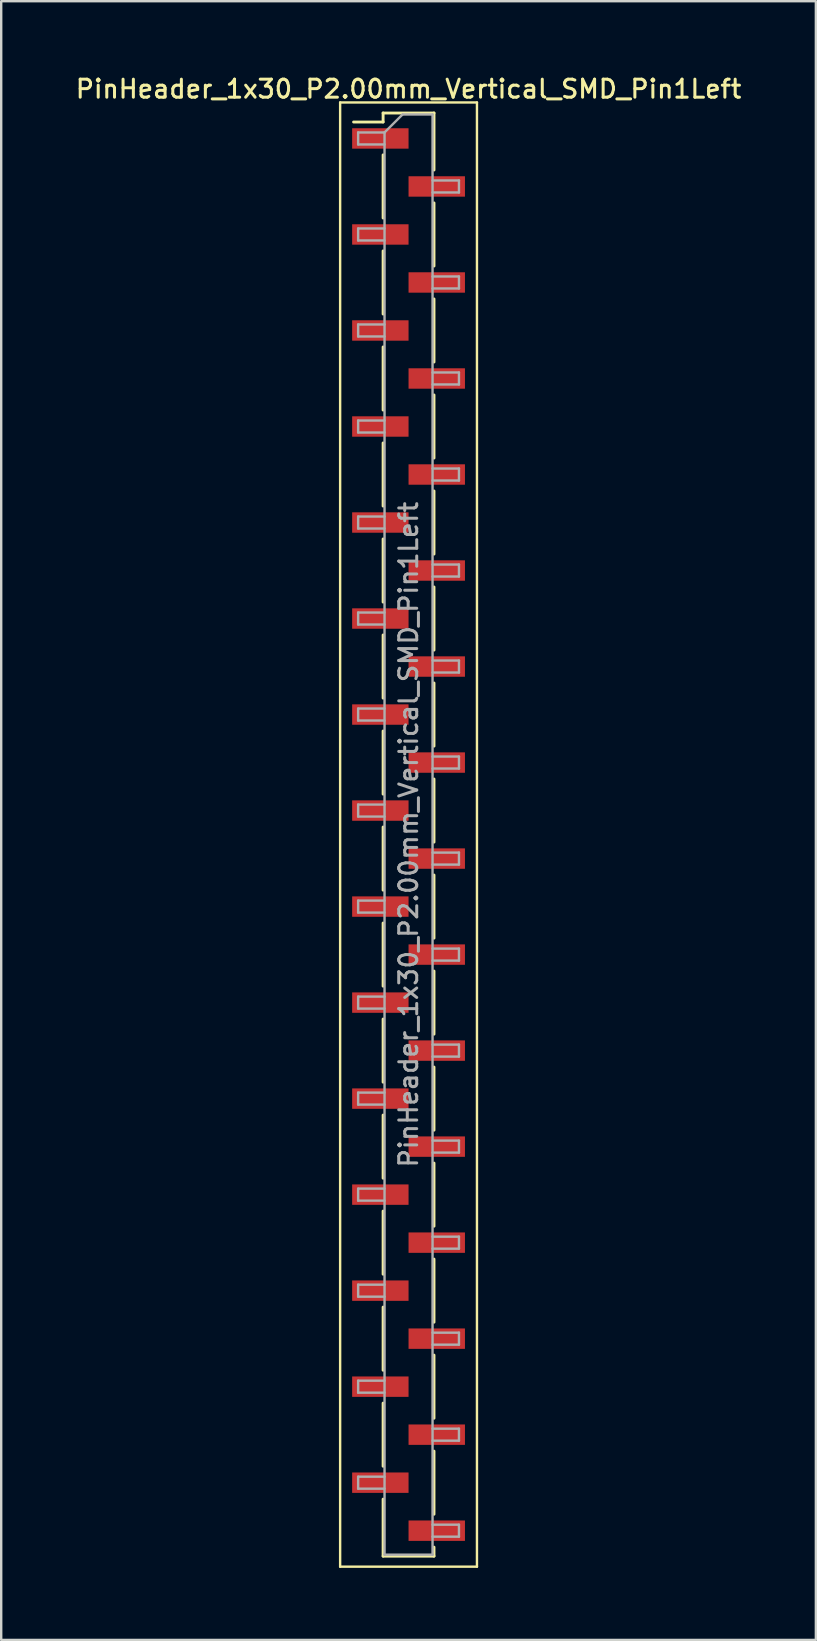
<source format=kicad_pcb>
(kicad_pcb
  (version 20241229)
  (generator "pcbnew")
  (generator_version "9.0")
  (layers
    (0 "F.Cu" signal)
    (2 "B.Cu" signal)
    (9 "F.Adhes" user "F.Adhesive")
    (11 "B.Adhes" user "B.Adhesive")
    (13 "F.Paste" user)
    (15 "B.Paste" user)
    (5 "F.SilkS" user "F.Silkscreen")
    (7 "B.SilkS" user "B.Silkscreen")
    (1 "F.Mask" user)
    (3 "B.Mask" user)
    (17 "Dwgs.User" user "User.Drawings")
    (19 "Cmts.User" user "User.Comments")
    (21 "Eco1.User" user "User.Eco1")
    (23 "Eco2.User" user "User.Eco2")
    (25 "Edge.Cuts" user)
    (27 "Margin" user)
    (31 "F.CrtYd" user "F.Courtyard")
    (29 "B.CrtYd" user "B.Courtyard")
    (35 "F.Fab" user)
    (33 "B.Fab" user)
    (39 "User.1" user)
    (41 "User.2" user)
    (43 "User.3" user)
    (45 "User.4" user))
  (footprint "PinHeader_1x30_P2.00mm_Vertical_SMD_Pin1Left"
    (layer "F.Cu")
    (at 13.97 31.718)
    (property "Reference" "PinHeader_1x30_P2.00mm_Vertical_SMD_Pin1Left" (at 0 -31.06 0) (layer "F.SilkS") (effects (font (size 0.75 0.75) (thickness 0.125))))
    (attr smd)
    (fp_line (start -2.85 -30.5) (end -2.85 30.5) (stroke (width 0.1) (type solid)) (layer "F.SilkS"))
    (fp_line (start -2.85 30.5) (end 2.85 30.5) (stroke (width 0.1) (type solid)) (layer "F.SilkS"))
    (fp_line (start -1.06 -30.06) (end -1.06 -29.685) (stroke (width 0.12) (type solid)) (layer "F.SilkS"))
    (fp_line (start -1.06 -30.06) (end 1.06 -30.06) (stroke (width 0.12) (type solid)) (layer "F.SilkS"))
    (fp_line (start -1.06 -29.685) (end -2.29 -29.685) (stroke (width 0.12) (type solid)) (layer "F.SilkS"))
    (fp_line (start -1.06 -28.315) (end -1.06 -25.685) (stroke (width 0.12) (type solid)) (layer "F.SilkS"))
    (fp_line (start -1.06 -24.315) (end -1.06 -21.685) (stroke (width 0.12) (type solid)) (layer "F.SilkS"))
    (fp_line (start -1.06 -20.315) (end -1.06 -17.685) (stroke (width 0.12) (type solid)) (layer "F.SilkS"))
    (fp_line (start -1.06 -16.315) (end -1.06 -13.685) (stroke (width 0.12) (type solid)) (layer "F.SilkS"))
    (fp_line (start -1.06 -12.315) (end -1.06 -9.685) (stroke (width 0.12) (type solid)) (layer "F.SilkS"))
    (fp_line (start -1.06 -8.315) (end -1.06 -5.685) (stroke (width 0.12) (type solid)) (layer "F.SilkS"))
    (fp_line (start -1.06 -4.315) (end -1.06 -1.685) (stroke (width 0.12) (type solid)) (layer "F.SilkS"))
    (fp_line (start -1.06 -0.315) (end -1.06 2.315) (stroke (width 0.12) (type solid)) (layer "F.SilkS"))
    (fp_line (start -1.06 3.685) (end -1.06 6.315) (stroke (width 0.12) (type solid)) (layer "F.SilkS"))
    (fp_line (start -1.06 7.685) (end -1.06 10.315) (stroke (width 0.12) (type solid)) (layer "F.SilkS"))
    (fp_line (start -1.06 11.685) (end -1.06 14.315) (stroke (width 0.12) (type solid)) (layer "F.SilkS"))
    (fp_line (start -1.06 15.685) (end -1.06 18.315) (stroke (width 0.12) (type solid)) (layer "F.SilkS"))
    (fp_line (start -1.06 19.685) (end -1.06 22.315) (stroke (width 0.12) (type solid)) (layer "F.SilkS"))
    (fp_line (start -1.06 23.685) (end -1.06 26.315) (stroke (width 0.12) (type solid)) (layer "F.SilkS"))
    (fp_line (start -1.06 27.685) (end -1.06 30.06) (stroke (width 0.12) (type solid)) (layer "F.SilkS"))
    (fp_line (start -1.06 30.06) (end 1.06 30.06) (stroke (width 0.12) (type solid)) (layer "F.SilkS"))
    (fp_line (start 1.06 -30.06) (end 1.06 -27.685) (stroke (width 0.12) (type solid)) (layer "F.SilkS"))
    (fp_line (start 1.06 -26.315) (end 1.06 -23.685) (stroke (width 0.12) (type solid)) (layer "F.SilkS"))
    (fp_line (start 1.06 -22.315) (end 1.06 -19.685) (stroke (width 0.12) (type solid)) (layer "F.SilkS"))
    (fp_line (start 1.06 -18.315) (end 1.06 -15.685) (stroke (width 0.12) (type solid)) (layer "F.SilkS"))
    (fp_line (start 1.06 -14.315) (end 1.06 -11.685) (stroke (width 0.12) (type solid)) (layer "F.SilkS"))
    (fp_line (start 1.06 -10.315) (end 1.06 -7.685) (stroke (width 0.12) (type solid)) (layer "F.SilkS"))
    (fp_line (start 1.06 -6.315) (end 1.06 -3.685) (stroke (width 0.12) (type solid)) (layer "F.SilkS"))
    (fp_line (start 1.06 -2.315) (end 1.06 0.315) (stroke (width 0.12) (type solid)) (layer "F.SilkS"))
    (fp_line (start 1.06 1.685) (end 1.06 4.315) (stroke (width 0.12) (type solid)) (layer "F.SilkS"))
    (fp_line (start 1.06 5.685) (end 1.06 8.315) (stroke (width 0.12) (type solid)) (layer "F.SilkS"))
    (fp_line (start 1.06 9.685) (end 1.06 12.315) (stroke (width 0.12) (type solid)) (layer "F.SilkS"))
    (fp_line (start 1.06 13.685) (end 1.06 16.315) (stroke (width 0.12) (type solid)) (layer "F.SilkS"))
    (fp_line (start 1.06 17.685) (end 1.06 20.315) (stroke (width 0.12) (type solid)) (layer "F.SilkS"))
    (fp_line (start 1.06 21.685) (end 1.06 24.315) (stroke (width 0.12) (type solid)) (layer "F.SilkS"))
    (fp_line (start 1.06 25.685) (end 1.06 28.315) (stroke (width 0.12) (type solid)) (layer "F.SilkS"))
    (fp_line (start 1.06 29.685) (end 1.06 30.06) (stroke (width 0.12) (type solid)) (layer "F.SilkS"))
    (fp_line (start 2.85 -30.5) (end -2.85 -30.5) (stroke (width 0.1) (type solid)) (layer "F.SilkS"))
    (fp_line (start 2.85 30.5) (end 2.85 -30.5) (stroke (width 0.1) (type solid)) (layer "F.SilkS"))
    (fp_line (start -2.1 -29.25) (end -2.1 -28.75) (stroke (width 0.1) (type solid)) (layer "F.Fab"))
    (fp_line (start -2.1 -28.75) (end -1 -28.75) (stroke (width 0.1) (type solid)) (layer "F.Fab"))
    (fp_line (start -2.1 -25.25) (end -2.1 -24.75) (stroke (width 0.1) (type solid)) (layer "F.Fab"))
    (fp_line (start -2.1 -24.75) (end -1 -24.75) (stroke (width 0.1) (type solid)) (layer "F.Fab"))
    (fp_line (start -2.1 -21.25) (end -2.1 -20.75) (stroke (width 0.1) (type solid)) (layer "F.Fab"))
    (fp_line (start -2.1 -20.75) (end -1 -20.75) (stroke (width 0.1) (type solid)) (layer "F.Fab"))
    (fp_line (start -2.1 -17.25) (end -2.1 -16.75) (stroke (width 0.1) (type solid)) (layer "F.Fab"))
    (fp_line (start -2.1 -16.75) (end -1 -16.75) (stroke (width 0.1) (type solid)) (layer "F.Fab"))
    (fp_line (start -2.1 -13.25) (end -2.1 -12.75) (stroke (width 0.1) (type solid)) (layer "F.Fab"))
    (fp_line (start -2.1 -12.75) (end -1 -12.75) (stroke (width 0.1) (type solid)) (layer "F.Fab"))
    (fp_line (start -2.1 -9.25) (end -2.1 -8.75) (stroke (width 0.1) (type solid)) (layer "F.Fab"))
    (fp_line (start -2.1 -8.75) (end -1 -8.75) (stroke (width 0.1) (type solid)) (layer "F.Fab"))
    (fp_line (start -2.1 -5.25) (end -2.1 -4.75) (stroke (width 0.1) (type solid)) (layer "F.Fab"))
    (fp_line (start -2.1 -4.75) (end -1 -4.75) (stroke (width 0.1) (type solid)) (layer "F.Fab"))
    (fp_line (start -2.1 -1.25) (end -2.1 -0.75) (stroke (width 0.1) (type solid)) (layer "F.Fab"))
    (fp_line (start -2.1 -0.75) (end -1 -0.75) (stroke (width 0.1) (type solid)) (layer "F.Fab"))
    (fp_line (start -2.1 2.75) (end -2.1 3.25) (stroke (width 0.1) (type solid)) (layer "F.Fab"))
    (fp_line (start -2.1 3.25) (end -1 3.25) (stroke (width 0.1) (type solid)) (layer "F.Fab"))
    (fp_line (start -2.1 6.75) (end -2.1 7.25) (stroke (width 0.1) (type solid)) (layer "F.Fab"))
    (fp_line (start -2.1 7.25) (end -1 7.25) (stroke (width 0.1) (type solid)) (layer "F.Fab"))
    (fp_line (start -2.1 10.75) (end -2.1 11.25) (stroke (width 0.1) (type solid)) (layer "F.Fab"))
    (fp_line (start -2.1 11.25) (end -1 11.25) (stroke (width 0.1) (type solid)) (layer "F.Fab"))
    (fp_line (start -2.1 14.75) (end -2.1 15.25) (stroke (width 0.1) (type solid)) (layer "F.Fab"))
    (fp_line (start -2.1 15.25) (end -1 15.25) (stroke (width 0.1) (type solid)) (layer "F.Fab"))
    (fp_line (start -2.1 18.75) (end -2.1 19.25) (stroke (width 0.1) (type solid)) (layer "F.Fab"))
    (fp_line (start -2.1 19.25) (end -1 19.25) (stroke (width 0.1) (type solid)) (layer "F.Fab"))
    (fp_line (start -2.1 22.75) (end -2.1 23.25) (stroke (width 0.1) (type solid)) (layer "F.Fab"))
    (fp_line (start -2.1 23.25) (end -1 23.25) (stroke (width 0.1) (type solid)) (layer "F.Fab"))
    (fp_line (start -2.1 26.75) (end -2.1 27.25) (stroke (width 0.1) (type solid)) (layer "F.Fab"))
    (fp_line (start -2.1 27.25) (end -1 27.25) (stroke (width 0.1) (type solid)) (layer "F.Fab"))
    (fp_line (start -1 -29.25) (end -2.1 -29.25) (stroke (width 0.1) (type solid)) (layer "F.Fab"))
    (fp_line (start -1 -29.25) (end -0.25 -30) (stroke (width 0.1) (type solid)) (layer "F.Fab"))
    (fp_line (start -1 -25.25) (end -2.1 -25.25) (stroke (width 0.1) (type solid)) (layer "F.Fab"))
    (fp_line (start -1 -21.25) (end -2.1 -21.25) (stroke (width 0.1) (type solid)) (layer "F.Fab"))
    (fp_line (start -1 -17.25) (end -2.1 -17.25) (stroke (width 0.1) (type solid)) (layer "F.Fab"))
    (fp_line (start -1 -13.25) (end -2.1 -13.25) (stroke (width 0.1) (type solid)) (layer "F.Fab"))
    (fp_line (start -1 -9.25) (end -2.1 -9.25) (stroke (width 0.1) (type solid)) (layer "F.Fab"))
    (fp_line (start -1 -5.25) (end -2.1 -5.25) (stroke (width 0.1) (type solid)) (layer "F.Fab"))
    (fp_line (start -1 -1.25) (end -2.1 -1.25) (stroke (width 0.1) (type solid)) (layer "F.Fab"))
    (fp_line (start -1 2.75) (end -2.1 2.75) (stroke (width 0.1) (type solid)) (layer "F.Fab"))
    (fp_line (start -1 6.75) (end -2.1 6.75) (stroke (width 0.1) (type solid)) (layer "F.Fab"))
    (fp_line (start -1 10.75) (end -2.1 10.75) (stroke (width 0.1) (type solid)) (layer "F.Fab"))
    (fp_line (start -1 14.75) (end -2.1 14.75) (stroke (width 0.1) (type solid)) (layer "F.Fab"))
    (fp_line (start -1 18.75) (end -2.1 18.75) (stroke (width 0.1) (type solid)) (layer "F.Fab"))
    (fp_line (start -1 22.75) (end -2.1 22.75) (stroke (width 0.1) (type solid)) (layer "F.Fab"))
    (fp_line (start -1 26.75) (end -2.1 26.75) (stroke (width 0.1) (type solid)) (layer "F.Fab"))
    (fp_line (start -1 30) (end -1 -29.25) (stroke (width 0.1) (type solid)) (layer "F.Fab"))
    (fp_line (start -0.25 -30) (end 1 -30) (stroke (width 0.1) (type solid)) (layer "F.Fab"))
    (fp_line (start 1 -30) (end 1 30) (stroke (width 0.1) (type solid)) (layer "F.Fab"))
    (fp_line (start 1 -27.25) (end 2.1 -27.25) (stroke (width 0.1) (type solid)) (layer "F.Fab"))
    (fp_line (start 1 -23.25) (end 2.1 -23.25) (stroke (width 0.1) (type solid)) (layer "F.Fab"))
    (fp_line (start 1 -19.25) (end 2.1 -19.25) (stroke (width 0.1) (type solid)) (layer "F.Fab"))
    (fp_line (start 1 -15.25) (end 2.1 -15.25) (stroke (width 0.1) (type solid)) (layer "F.Fab"))
    (fp_line (start 1 -11.25) (end 2.1 -11.25) (stroke (width 0.1) (type solid)) (layer "F.Fab"))
    (fp_line (start 1 -7.25) (end 2.1 -7.25) (stroke (width 0.1) (type solid)) (layer "F.Fab"))
    (fp_line (start 1 -3.25) (end 2.1 -3.25) (stroke (width 0.1) (type solid)) (layer "F.Fab"))
    (fp_line (start 1 0.75) (end 2.1 0.75) (stroke (width 0.1) (type solid)) (layer "F.Fab"))
    (fp_line (start 1 4.75) (end 2.1 4.75) (stroke (width 0.1) (type solid)) (layer "F.Fab"))
    (fp_line (start 1 8.75) (end 2.1 8.75) (stroke (width 0.1) (type solid)) (layer "F.Fab"))
    (fp_line (start 1 12.75) (end 2.1 12.75) (stroke (width 0.1) (type solid)) (layer "F.Fab"))
    (fp_line (start 1 16.75) (end 2.1 16.75) (stroke (width 0.1) (type solid)) (layer "F.Fab"))
    (fp_line (start 1 20.75) (end 2.1 20.75) (stroke (width 0.1) (type solid)) (layer "F.Fab"))
    (fp_line (start 1 24.75) (end 2.1 24.75) (stroke (width 0.1) (type solid)) (layer "F.Fab"))
    (fp_line (start 1 28.75) (end 2.1 28.75) (stroke (width 0.1) (type solid)) (layer "F.Fab"))
    (fp_line (start 1 30) (end -1 30) (stroke (width 0.1) (type solid)) (layer "F.Fab"))
    (fp_line (start 2.1 -27.25) (end 2.1 -26.75) (stroke (width 0.1) (type solid)) (layer "F.Fab"))
    (fp_line (start 2.1 -26.75) (end 1 -26.75) (stroke (width 0.1) (type solid)) (layer "F.Fab"))
    (fp_line (start 2.1 -23.25) (end 2.1 -22.75) (stroke (width 0.1) (type solid)) (layer "F.Fab"))
    (fp_line (start 2.1 -22.75) (end 1 -22.75) (stroke (width 0.1) (type solid)) (layer "F.Fab"))
    (fp_line (start 2.1 -19.25) (end 2.1 -18.75) (stroke (width 0.1) (type solid)) (layer "F.Fab"))
    (fp_line (start 2.1 -18.75) (end 1 -18.75) (stroke (width 0.1) (type solid)) (layer "F.Fab"))
    (fp_line (start 2.1 -15.25) (end 2.1 -14.75) (stroke (width 0.1) (type solid)) (layer "F.Fab"))
    (fp_line (start 2.1 -14.75) (end 1 -14.75) (stroke (width 0.1) (type solid)) (layer "F.Fab"))
    (fp_line (start 2.1 -11.25) (end 2.1 -10.75) (stroke (width 0.1) (type solid)) (layer "F.Fab"))
    (fp_line (start 2.1 -10.75) (end 1 -10.75) (stroke (width 0.1) (type solid)) (layer "F.Fab"))
    (fp_line (start 2.1 -7.25) (end 2.1 -6.75) (stroke (width 0.1) (type solid)) (layer "F.Fab"))
    (fp_line (start 2.1 -6.75) (end 1 -6.75) (stroke (width 0.1) (type solid)) (layer "F.Fab"))
    (fp_line (start 2.1 -3.25) (end 2.1 -2.75) (stroke (width 0.1) (type solid)) (layer "F.Fab"))
    (fp_line (start 2.1 -2.75) (end 1 -2.75) (stroke (width 0.1) (type solid)) (layer "F.Fab"))
    (fp_line (start 2.1 0.75) (end 2.1 1.25) (stroke (width 0.1) (type solid)) (layer "F.Fab"))
    (fp_line (start 2.1 1.25) (end 1 1.25) (stroke (width 0.1) (type solid)) (layer "F.Fab"))
    (fp_line (start 2.1 4.75) (end 2.1 5.25) (stroke (width 0.1) (type solid)) (layer "F.Fab"))
    (fp_line (start 2.1 5.25) (end 1 5.25) (stroke (width 0.1) (type solid)) (layer "F.Fab"))
    (fp_line (start 2.1 8.75) (end 2.1 9.25) (stroke (width 0.1) (type solid)) (layer "F.Fab"))
    (fp_line (start 2.1 9.25) (end 1 9.25) (stroke (width 0.1) (type solid)) (layer "F.Fab"))
    (fp_line (start 2.1 12.75) (end 2.1 13.25) (stroke (width 0.1) (type solid)) (layer "F.Fab"))
    (fp_line (start 2.1 13.25) (end 1 13.25) (stroke (width 0.1) (type solid)) (layer "F.Fab"))
    (fp_line (start 2.1 16.75) (end 2.1 17.25) (stroke (width 0.1) (type solid)) (layer "F.Fab"))
    (fp_line (start 2.1 17.25) (end 1 17.25) (stroke (width 0.1) (type solid)) (layer "F.Fab"))
    (fp_line (start 2.1 20.75) (end 2.1 21.25) (stroke (width 0.1) (type solid)) (layer "F.Fab"))
    (fp_line (start 2.1 21.25) (end 1 21.25) (stroke (width 0.1) (type solid)) (layer "F.Fab"))
    (fp_line (start 2.1 24.75) (end 2.1 25.25) (stroke (width 0.1) (type solid)) (layer "F.Fab"))
    (fp_line (start 2.1 25.25) (end 1 25.25) (stroke (width 0.1) (type solid)) (layer "F.Fab"))
    (fp_line (start 2.1 28.75) (end 2.1 29.25) (stroke (width 0.1) (type solid)) (layer "F.Fab"))
    (fp_line (start 2.1 29.25) (end 1 29.25) (stroke (width 0.1) (type solid)) (layer "F.Fab"))
    (fp_text user "${REFERENCE}" (at 0 0 90) (layer "F.Fab") (effects (font (size 0.75 0.75) (thickness 0.125))))
    (pad "1" smd rect (at -1.175 -29) (size 2.35 0.85) (layers "F.Cu" "F.Mask" "F.Paste"))
    (pad "2" smd rect (at 1.175 -27) (size 2.35 0.85) (layers "F.Cu" "F.Mask" "F.Paste"))
    (pad "3" smd rect (at -1.175 -25) (size 2.35 0.85) (layers "F.Cu" "F.Mask" "F.Paste"))
    (pad "4" smd rect (at 1.175 -23) (size 2.35 0.85) (layers "F.Cu" "F.Mask" "F.Paste"))
    (pad "5" smd rect (at -1.175 -21) (size 2.35 0.85) (layers "F.Cu" "F.Mask" "F.Paste"))
    (pad "6" smd rect (at 1.175 -19) (size 2.35 0.85) (layers "F.Cu" "F.Mask" "F.Paste"))
    (pad "7" smd rect (at -1.175 -17) (size 2.35 0.85) (layers "F.Cu" "F.Mask" "F.Paste"))
    (pad "8" smd rect (at 1.175 -15) (size 2.35 0.85) (layers "F.Cu" "F.Mask" "F.Paste"))
    (pad "9" smd rect (at -1.175 -13) (size 2.35 0.85) (layers "F.Cu" "F.Mask" "F.Paste"))
    (pad "10" smd rect (at 1.175 -11) (size 2.35 0.85) (layers "F.Cu" "F.Mask" "F.Paste"))
    (pad "11" smd rect (at -1.175 -9) (size 2.35 0.85) (layers "F.Cu" "F.Mask" "F.Paste"))
    (pad "12" smd rect (at 1.175 -7) (size 2.35 0.85) (layers "F.Cu" "F.Mask" "F.Paste"))
    (pad "13" smd rect (at -1.175 -5) (size 2.35 0.85) (layers "F.Cu" "F.Mask" "F.Paste"))
    (pad "14" smd rect (at 1.175 -3) (size 2.35 0.85) (layers "F.Cu" "F.Mask" "F.Paste"))
    (pad "15" smd rect (at -1.175 -1) (size 2.35 0.85) (layers "F.Cu" "F.Mask" "F.Paste"))
    (pad "16" smd rect (at 1.175 1) (size 2.35 0.85) (layers "F.Cu" "F.Mask" "F.Paste"))
    (pad "17" smd rect (at -1.175 3) (size 2.35 0.85) (layers "F.Cu" "F.Mask" "F.Paste"))
    (pad "18" smd rect (at 1.175 5) (size 2.35 0.85) (layers "F.Cu" "F.Mask" "F.Paste"))
    (pad "19" smd rect (at -1.175 7) (size 2.35 0.85) (layers "F.Cu" "F.Mask" "F.Paste"))
    (pad "20" smd rect (at 1.175 9) (size 2.35 0.85) (layers "F.Cu" "F.Mask" "F.Paste"))
    (pad "21" smd rect (at -1.175 11) (size 2.35 0.85) (layers "F.Cu" "F.Mask" "F.Paste"))
    (pad "22" smd rect (at 1.175 13) (size 2.35 0.85) (layers "F.Cu" "F.Mask" "F.Paste"))
    (pad "23" smd rect (at -1.175 15) (size 2.35 0.85) (layers "F.Cu" "F.Mask" "F.Paste"))
    (pad "24" smd rect (at 1.175 17) (size 2.35 0.85) (layers "F.Cu" "F.Mask" "F.Paste"))
    (pad "25" smd rect (at -1.175 19) (size 2.35 0.85) (layers "F.Cu" "F.Mask" "F.Paste"))
    (pad "26" smd rect (at 1.175 21) (size 2.35 0.85) (layers "F.Cu" "F.Mask" "F.Paste"))
    (pad "27" smd rect (at -1.175 23) (size 2.35 0.85) (layers "F.Cu" "F.Mask" "F.Paste"))
    (pad "28" smd rect (at 1.175 25) (size 2.35 0.85) (layers "F.Cu" "F.Mask" "F.Paste"))
    (pad "29" smd rect (at -1.175 27) (size 2.35 0.85) (layers "F.Cu" "F.Mask" "F.Paste"))
    (pad "30" smd rect (at 1.175 29) (size 2.35 0.85) (layers "F.Cu" "F.Mask" "F.Paste")))
  (gr_rect
    (start -3 -3)
    (end 30.939 65.268)
    (stroke (width 0.1) (type default))
    (fill no)
    (layer "Edge.Cuts")))
</source>
